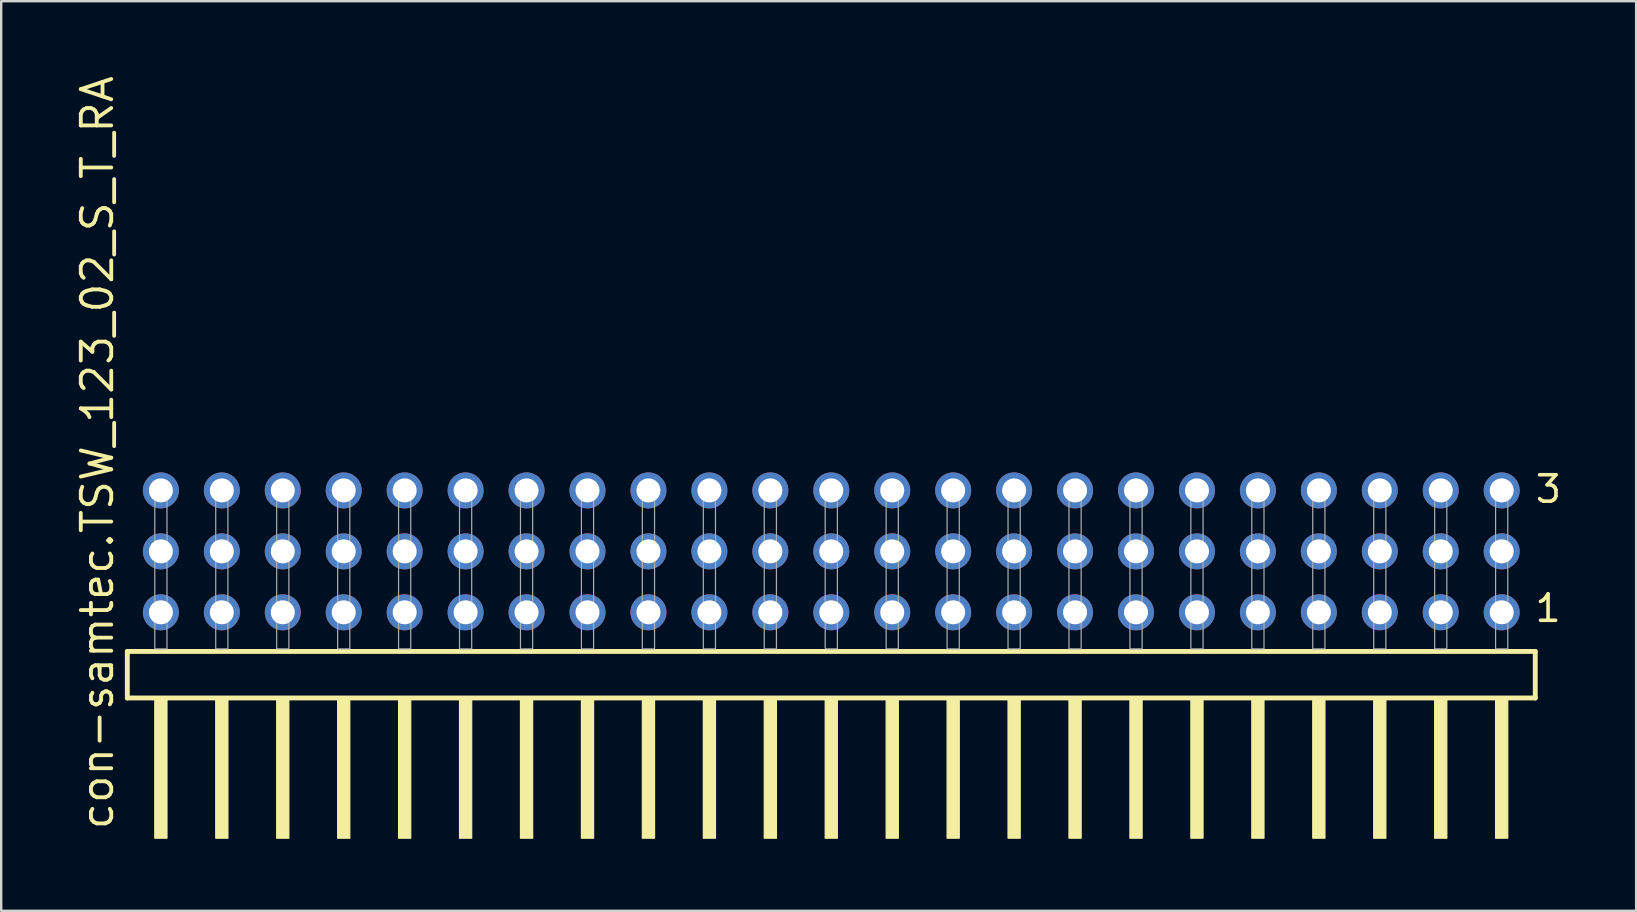
<source format=kicad_pcb>
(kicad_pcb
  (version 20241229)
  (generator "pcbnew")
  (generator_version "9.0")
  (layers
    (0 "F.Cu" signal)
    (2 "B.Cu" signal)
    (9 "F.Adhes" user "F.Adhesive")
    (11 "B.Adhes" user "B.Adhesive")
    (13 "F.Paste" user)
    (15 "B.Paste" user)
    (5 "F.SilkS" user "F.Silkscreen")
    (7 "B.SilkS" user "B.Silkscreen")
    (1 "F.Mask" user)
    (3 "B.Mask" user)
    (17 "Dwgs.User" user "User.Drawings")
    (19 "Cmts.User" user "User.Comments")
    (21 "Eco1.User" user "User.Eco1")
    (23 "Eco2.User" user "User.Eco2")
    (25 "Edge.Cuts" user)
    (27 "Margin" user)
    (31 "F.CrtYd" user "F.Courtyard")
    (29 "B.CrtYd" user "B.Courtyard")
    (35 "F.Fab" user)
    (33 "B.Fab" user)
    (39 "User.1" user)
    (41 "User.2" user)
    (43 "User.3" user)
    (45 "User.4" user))
  (footprint "con-samtec.TSW_123_02_S_T_RA"
    (layer "F.Cu")
    (at 31.595 23.993)
    (property "Reference" "con-samtec.TSW_123_02_S_T_RA" (at -29.845 7.62 90) (layer "F.SilkS") (effects (font (size 1.27 1.27) (thickness 0.16)) (justify left bottom)))
    (attr through_hole)
    (fp_line (start -29.339 0.106) (end -29.339 2.046) (stroke (width 0.203) (type default)) (layer "F.SilkS"))
    (fp_line (start -29.339 2.046) (end 29.339 2.046) (stroke (width 0.203) (type default)) (layer "F.SilkS"))
    (fp_line (start 29.339 0.106) (end -29.339 0.106) (stroke (width 0.203) (type default)) (layer "F.SilkS"))
    (fp_line (start 29.339 2.046) (end 29.339 0.106) (stroke (width 0.203) (type default)) (layer "F.SilkS"))
    (fp_rect (start -28.194 7.89) (end -27.686 2.04) (stroke (width 0.05) (type default)) (fill yes) (layer "F.SilkS"))
    (fp_rect (start -25.654 7.89) (end -25.146 2.04) (stroke (width 0.05) (type default)) (fill yes) (layer "F.SilkS"))
    (fp_rect (start -23.114 7.89) (end -22.606 2.04) (stroke (width 0.05) (type default)) (fill yes) (layer "F.SilkS"))
    (fp_rect (start -20.574 7.89) (end -20.066 2.04) (stroke (width 0.05) (type default)) (fill yes) (layer "F.SilkS"))
    (fp_rect (start -18.034 7.89) (end -17.526 2.04) (stroke (width 0.05) (type default)) (fill yes) (layer "F.SilkS"))
    (fp_rect (start -15.494 7.89) (end -14.986 2.04) (stroke (width 0.05) (type default)) (fill yes) (layer "F.SilkS"))
    (fp_rect (start -12.954 7.89) (end -12.446 2.04) (stroke (width 0.05) (type default)) (fill yes) (layer "F.SilkS"))
    (fp_rect (start -10.414 7.89) (end -9.906 2.04) (stroke (width 0.05) (type default)) (fill yes) (layer "F.SilkS"))
    (fp_rect (start -7.874 7.89) (end -7.366 2.04) (stroke (width 0.05) (type default)) (fill yes) (layer "F.SilkS"))
    (fp_rect (start -5.334 7.89) (end -4.826 2.04) (stroke (width 0.05) (type default)) (fill yes) (layer "F.SilkS"))
    (fp_rect (start -2.794 7.89) (end -2.286 2.04) (stroke (width 0.05) (type default)) (fill yes) (layer "F.SilkS"))
    (fp_rect (start -0.254 7.89) (end 0.254 2.04) (stroke (width 0.05) (type default)) (fill yes) (layer "F.SilkS"))
    (fp_rect (start 2.286 7.89) (end 2.794 2.04) (stroke (width 0.05) (type default)) (fill yes) (layer "F.SilkS"))
    (fp_rect (start 4.826 7.89) (end 5.334 2.04) (stroke (width 0.05) (type default)) (fill yes) (layer "F.SilkS"))
    (fp_rect (start 7.366 7.89) (end 7.874 2.04) (stroke (width 0.05) (type default)) (fill yes) (layer "F.SilkS"))
    (fp_rect (start 9.906 7.89) (end 10.414 2.04) (stroke (width 0.05) (type default)) (fill yes) (layer "F.SilkS"))
    (fp_rect (start 12.446 7.89) (end 12.954 2.04) (stroke (width 0.05) (type default)) (fill yes) (layer "F.SilkS"))
    (fp_rect (start 14.986 7.89) (end 15.494 2.04) (stroke (width 0.05) (type default)) (fill yes) (layer "F.SilkS"))
    (fp_rect (start 17.526 7.89) (end 18.034 2.04) (stroke (width 0.05) (type default)) (fill yes) (layer "F.SilkS"))
    (fp_rect (start 20.066 7.89) (end 20.574 2.04) (stroke (width 0.05) (type default)) (fill yes) (layer "F.SilkS"))
    (fp_rect (start 22.606 7.89) (end 23.114 2.04) (stroke (width 0.05) (type default)) (fill yes) (layer "F.SilkS"))
    (fp_rect (start 25.146 7.89) (end 25.654 2.04) (stroke (width 0.05) (type default)) (fill yes) (layer "F.SilkS"))
    (fp_rect (start 27.686 7.89) (end 28.194 2.04) (stroke (width 0.05) (type default)) (fill yes) (layer "F.SilkS"))
    (fp_rect (start -28.194 0) (end -27.686 -6.858) (stroke (width 0.05) (type default)) (fill no) (layer "F.Fab"))
    (fp_rect (start -25.654 0) (end -25.146 -6.858) (stroke (width 0.05) (type default)) (fill no) (layer "F.Fab"))
    (fp_rect (start -23.114 0) (end -22.606 -6.858) (stroke (width 0.05) (type default)) (fill no) (layer "F.Fab"))
    (fp_rect (start -20.574 0) (end -20.066 -6.858) (stroke (width 0.05) (type default)) (fill no) (layer "F.Fab"))
    (fp_rect (start -18.034 0) (end -17.526 -6.858) (stroke (width 0.05) (type default)) (fill no) (layer "F.Fab"))
    (fp_rect (start -15.494 0) (end -14.986 -6.858) (stroke (width 0.05) (type default)) (fill no) (layer "F.Fab"))
    (fp_rect (start -12.954 0) (end -12.446 -6.858) (stroke (width 0.05) (type default)) (fill no) (layer "F.Fab"))
    (fp_rect (start -10.414 0) (end -9.906 -6.858) (stroke (width 0.05) (type default)) (fill no) (layer "F.Fab"))
    (fp_rect (start -7.874 0) (end -7.366 -6.858) (stroke (width 0.05) (type default)) (fill no) (layer "F.Fab"))
    (fp_rect (start -5.334 0) (end -4.826 -6.858) (stroke (width 0.05) (type default)) (fill no) (layer "F.Fab"))
    (fp_rect (start -2.794 0) (end -2.286 -6.858) (stroke (width 0.05) (type default)) (fill no) (layer "F.Fab"))
    (fp_rect (start -0.254 0) (end 0.254 -6.858) (stroke (width 0.05) (type default)) (fill no) (layer "F.Fab"))
    (fp_rect (start 2.286 0) (end 2.794 -6.858) (stroke (width 0.05) (type default)) (fill no) (layer "F.Fab"))
    (fp_rect (start 4.826 0) (end 5.334 -6.858) (stroke (width 0.05) (type default)) (fill no) (layer "F.Fab"))
    (fp_rect (start 7.366 0) (end 7.874 -6.858) (stroke (width 0.05) (type default)) (fill no) (layer "F.Fab"))
    (fp_rect (start 9.906 0) (end 10.414 -6.858) (stroke (width 0.05) (type default)) (fill no) (layer "F.Fab"))
    (fp_rect (start 12.446 0) (end 12.954 -6.858) (stroke (width 0.05) (type default)) (fill no) (layer "F.Fab"))
    (fp_rect (start 14.986 0) (end 15.494 -6.858) (stroke (width 0.05) (type default)) (fill no) (layer "F.Fab"))
    (fp_rect (start 17.526 0) (end 18.034 -6.858) (stroke (width 0.05) (type default)) (fill no) (layer "F.Fab"))
    (fp_rect (start 20.066 0) (end 20.574 -6.858) (stroke (width 0.05) (type default)) (fill no) (layer "F.Fab"))
    (fp_rect (start 22.606 0) (end 23.114 -6.858) (stroke (width 0.05) (type default)) (fill no) (layer "F.Fab"))
    (fp_rect (start 25.146 0) (end 25.654 -6.858) (stroke (width 0.05) (type default)) (fill no) (layer "F.Fab"))
    (fp_rect (start 27.686 0) (end 28.194 -6.858) (stroke (width 0.05) (type default)) (fill no) (layer "F.Fab"))
    (fp_text user "3" (at 29.265 -6.015 0) (layer "F.SilkS") (effects (font (size 1.1 1.1) (thickness 0.15)) (justify left bottom)))
    (fp_text user "1" (at 29.25 -1.05 0) (layer "F.SilkS") (effects (font (size 1.1 1.1) (thickness 0.15)) (justify left bottom)))
    (pad "1" thru_hole circle (at 27.94 -1.524 180) (size 1.5 1.5) (drill 1) (layers "*.Cu" "*.Mask"))
    (pad "2" thru_hole circle (at 27.94 -4.064 180) (size 1.5 1.5) (drill 1) (layers "*.Cu" "*.Mask"))
    (pad "3" thru_hole circle (at 27.94 -6.604 180) (size 1.5 1.5) (drill 1) (layers "*.Cu" "*.Mask"))
    (pad "4" thru_hole circle (at 25.4 -1.524 180) (size 1.5 1.5) (drill 1) (layers "*.Cu" "*.Mask"))
    (pad "5" thru_hole circle (at 25.4 -4.064 180) (size 1.5 1.5) (drill 1) (layers "*.Cu" "*.Mask"))
    (pad "6" thru_hole circle (at 25.4 -6.604 180) (size 1.5 1.5) (drill 1) (layers "*.Cu" "*.Mask"))
    (pad "7" thru_hole circle (at 22.86 -1.524 180) (size 1.5 1.5) (drill 1) (layers "*.Cu" "*.Mask"))
    (pad "8" thru_hole circle (at 22.86 -4.064 180) (size 1.5 1.5) (drill 1) (layers "*.Cu" "*.Mask"))
    (pad "9" thru_hole circle (at 22.86 -6.604 180) (size 1.5 1.5) (drill 1) (layers "*.Cu" "*.Mask"))
    (pad "10" thru_hole circle (at 20.32 -1.524 180) (size 1.5 1.5) (drill 1) (layers "*.Cu" "*.Mask"))
    (pad "11" thru_hole circle (at 20.32 -4.064 180) (size 1.5 1.5) (drill 1) (layers "*.Cu" "*.Mask"))
    (pad "12" thru_hole circle (at 20.32 -6.604 180) (size 1.5 1.5) (drill 1) (layers "*.Cu" "*.Mask"))
    (pad "13" thru_hole circle (at 17.78 -1.524 180) (size 1.5 1.5) (drill 1) (layers "*.Cu" "*.Mask"))
    (pad "14" thru_hole circle (at 17.78 -4.064 180) (size 1.5 1.5) (drill 1) (layers "*.Cu" "*.Mask"))
    (pad "15" thru_hole circle (at 17.78 -6.604 180) (size 1.5 1.5) (drill 1) (layers "*.Cu" "*.Mask"))
    (pad "16" thru_hole circle (at 15.24 -1.524 180) (size 1.5 1.5) (drill 1) (layers "*.Cu" "*.Mask"))
    (pad "17" thru_hole circle (at 15.24 -4.064 180) (size 1.5 1.5) (drill 1) (layers "*.Cu" "*.Mask"))
    (pad "18" thru_hole circle (at 15.24 -6.604 180) (size 1.5 1.5) (drill 1) (layers "*.Cu" "*.Mask"))
    (pad "19" thru_hole circle (at 12.7 -1.524 180) (size 1.5 1.5) (drill 1) (layers "*.Cu" "*.Mask"))
    (pad "20" thru_hole circle (at 12.7 -4.064 180) (size 1.5 1.5) (drill 1) (layers "*.Cu" "*.Mask"))
    (pad "21" thru_hole circle (at 12.7 -6.604 180) (size 1.5 1.5) (drill 1) (layers "*.Cu" "*.Mask"))
    (pad "22" thru_hole circle (at 10.16 -1.524 180) (size 1.5 1.5) (drill 1) (layers "*.Cu" "*.Mask"))
    (pad "23" thru_hole circle (at 10.16 -4.064 180) (size 1.5 1.5) (drill 1) (layers "*.Cu" "*.Mask"))
    (pad "24" thru_hole circle (at 10.16 -6.604 180) (size 1.5 1.5) (drill 1) (layers "*.Cu" "*.Mask"))
    (pad "25" thru_hole circle (at 7.62 -1.524 180) (size 1.5 1.5) (drill 1) (layers "*.Cu" "*.Mask"))
    (pad "26" thru_hole circle (at 7.62 -4.064 180) (size 1.5 1.5) (drill 1) (layers "*.Cu" "*.Mask"))
    (pad "27" thru_hole circle (at 7.62 -6.604 180) (size 1.5 1.5) (drill 1) (layers "*.Cu" "*.Mask"))
    (pad "28" thru_hole circle (at 5.08 -1.524 180) (size 1.5 1.5) (drill 1) (layers "*.Cu" "*.Mask"))
    (pad "29" thru_hole circle (at 5.08 -4.064 180) (size 1.5 1.5) (drill 1) (layers "*.Cu" "*.Mask"))
    (pad "30" thru_hole circle (at 5.08 -6.604 180) (size 1.5 1.5) (drill 1) (layers "*.Cu" "*.Mask"))
    (pad "31" thru_hole circle (at 2.54 -1.524 180) (size 1.5 1.5) (drill 1) (layers "*.Cu" "*.Mask"))
    (pad "32" thru_hole circle (at 2.54 -4.064 180) (size 1.5 1.5) (drill 1) (layers "*.Cu" "*.Mask"))
    (pad "33" thru_hole circle (at 2.54 -6.604 180) (size 1.5 1.5) (drill 1) (layers "*.Cu" "*.Mask"))
    (pad "34" thru_hole circle (at 0 -1.524 180) (size 1.5 1.5) (drill 1) (layers "*.Cu" "*.Mask"))
    (pad "35" thru_hole circle (at 0 -4.064 180) (size 1.5 1.5) (drill 1) (layers "*.Cu" "*.Mask"))
    (pad "36" thru_hole circle (at 0 -6.604 180) (size 1.5 1.5) (drill 1) (layers "*.Cu" "*.Mask"))
    (pad "37" thru_hole circle (at -2.54 -1.524 180) (size 1.5 1.5) (drill 1) (layers "*.Cu" "*.Mask"))
    (pad "38" thru_hole circle (at -2.54 -4.064 180) (size 1.5 1.5) (drill 1) (layers "*.Cu" "*.Mask"))
    (pad "39" thru_hole circle (at -2.54 -6.604 180) (size 1.5 1.5) (drill 1) (layers "*.Cu" "*.Mask"))
    (pad "40" thru_hole circle (at -5.08 -1.524 180) (size 1.5 1.5) (drill 1) (layers "*.Cu" "*.Mask"))
    (pad "41" thru_hole circle (at -5.08 -4.064 180) (size 1.5 1.5) (drill 1) (layers "*.Cu" "*.Mask"))
    (pad "42" thru_hole circle (at -5.08 -6.604 180) (size 1.5 1.5) (drill 1) (layers "*.Cu" "*.Mask"))
    (pad "43" thru_hole circle (at -7.62 -1.524 180) (size 1.5 1.5) (drill 1) (layers "*.Cu" "*.Mask"))
    (pad "44" thru_hole circle (at -7.62 -4.064 180) (size 1.5 1.5) (drill 1) (layers "*.Cu" "*.Mask"))
    (pad "45" thru_hole circle (at -7.62 -6.604 180) (size 1.5 1.5) (drill 1) (layers "*.Cu" "*.Mask"))
    (pad "46" thru_hole circle (at -10.16 -1.524 180) (size 1.5 1.5) (drill 1) (layers "*.Cu" "*.Mask"))
    (pad "47" thru_hole circle (at -10.16 -4.064 180) (size 1.5 1.5) (drill 1) (layers "*.Cu" "*.Mask"))
    (pad "48" thru_hole circle (at -10.16 -6.604 180) (size 1.5 1.5) (drill 1) (layers "*.Cu" "*.Mask"))
    (pad "49" thru_hole circle (at -12.7 -1.524 180) (size 1.5 1.5) (drill 1) (layers "*.Cu" "*.Mask"))
    (pad "50" thru_hole circle (at -12.7 -4.064 180) (size 1.5 1.5) (drill 1) (layers "*.Cu" "*.Mask"))
    (pad "51" thru_hole circle (at -12.7 -6.604 180) (size 1.5 1.5) (drill 1) (layers "*.Cu" "*.Mask"))
    (pad "52" thru_hole circle (at -15.24 -1.524 180) (size 1.5 1.5) (drill 1) (layers "*.Cu" "*.Mask"))
    (pad "53" thru_hole circle (at -15.24 -4.064 180) (size 1.5 1.5) (drill 1) (layers "*.Cu" "*.Mask"))
    (pad "54" thru_hole circle (at -15.24 -6.604 180) (size 1.5 1.5) (drill 1) (layers "*.Cu" "*.Mask"))
    (pad "55" thru_hole circle (at -17.78 -1.524 180) (size 1.5 1.5) (drill 1) (layers "*.Cu" "*.Mask"))
    (pad "56" thru_hole circle (at -17.78 -4.064 180) (size 1.5 1.5) (drill 1) (layers "*.Cu" "*.Mask"))
    (pad "57" thru_hole circle (at -17.78 -6.604 180) (size 1.5 1.5) (drill 1) (layers "*.Cu" "*.Mask"))
    (pad "58" thru_hole circle (at -20.32 -1.524 180) (size 1.5 1.5) (drill 1) (layers "*.Cu" "*.Mask"))
    (pad "59" thru_hole circle (at -20.32 -4.064 180) (size 1.5 1.5) (drill 1) (layers "*.Cu" "*.Mask"))
    (pad "60" thru_hole circle (at -20.32 -6.604 180) (size 1.5 1.5) (drill 1) (layers "*.Cu" "*.Mask"))
    (pad "61" thru_hole circle (at -22.86 -1.524 180) (size 1.5 1.5) (drill 1) (layers "*.Cu" "*.Mask"))
    (pad "62" thru_hole circle (at -22.86 -4.064 180) (size 1.5 1.5) (drill 1) (layers "*.Cu" "*.Mask"))
    (pad "63" thru_hole circle (at -22.86 -6.604 180) (size 1.5 1.5) (drill 1) (layers "*.Cu" "*.Mask"))
    (pad "64" thru_hole circle (at -25.4 -1.524 180) (size 1.5 1.5) (drill 1) (layers "*.Cu" "*.Mask"))
    (pad "65" thru_hole circle (at -25.4 -4.064 180) (size 1.5 1.5) (drill 1) (layers "*.Cu" "*.Mask"))
    (pad "66" thru_hole circle (at -25.4 -6.604 180) (size 1.5 1.5) (drill 1) (layers "*.Cu" "*.Mask"))
    (pad "67" thru_hole circle (at -27.94 -1.524 180) (size 1.5 1.5) (drill 1) (layers "*.Cu" "*.Mask"))
    (pad "68" thru_hole circle (at -27.94 -4.064 180) (size 1.5 1.5) (drill 1) (layers "*.Cu" "*.Mask"))
    (pad "69" thru_hole circle (at -27.94 -6.604 180) (size 1.5 1.5) (drill 1) (layers "*.Cu" "*.Mask")))
  (gr_rect
    (start -3 -3)
    (end 65.138 34.908)
    (stroke (width 0.1) (type default))
    (fill no)
    (layer "Edge.Cuts")))
</source>
